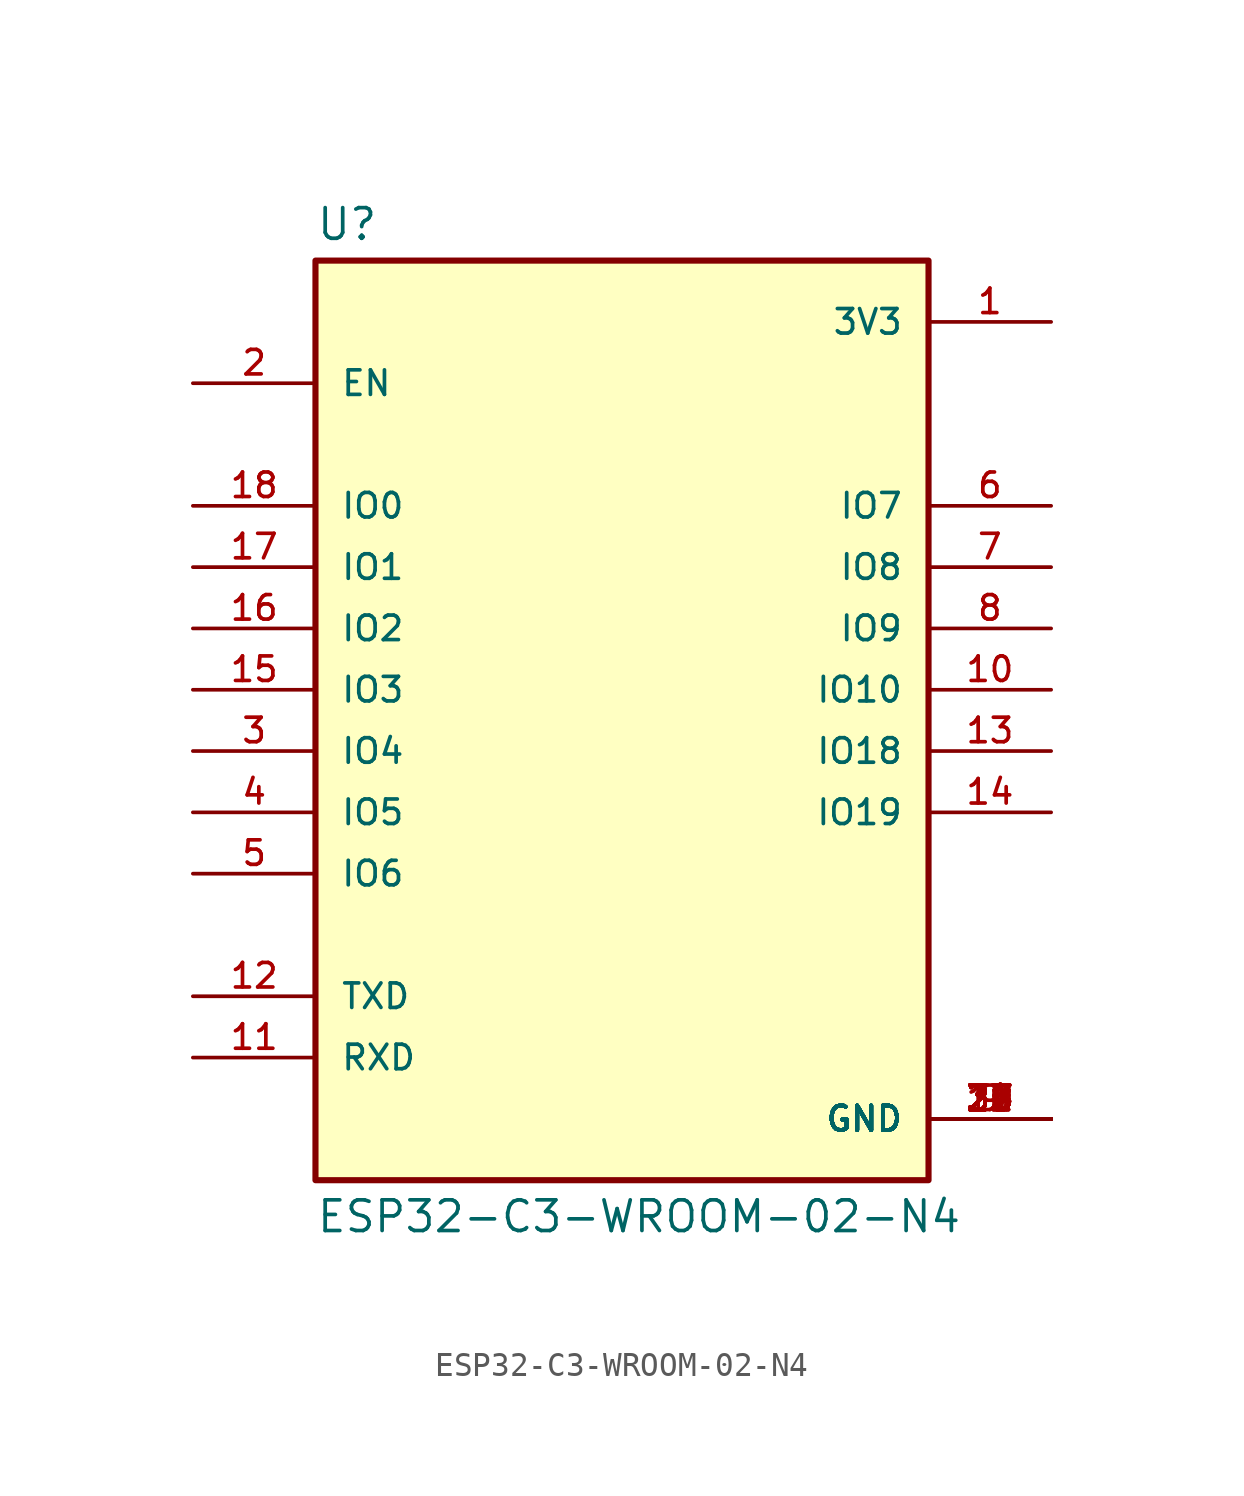
<source format=kicad_sym>
(kicad_symbol_lib
  (version 20211014)
  (generator kicad_symbol_editor)
  (symbol "ESP32-C3-WROOM-02-N4"
    (pin_names
      (offset 1.016))
    (property "Reference" "U"
      (at -12.7 21.082 0)
      (effects (font (size 1.27 1.27)) (justify bottom left)))
    (property "Value" "ESP32-C3-WROOM-02-N4"
      (at -12.7 -18.542 0)
      (effects (font (size 1.27 1.27)) (justify top left)))
    (symbol "ESP32-C3-WROOM-02-N4_0_0"
      (rectangle (start -12.7 -17.78) (end 12.7 20.32) (stroke (width 0.254)) (fill (type background)))
      (pin power_in line (at 17.78 17.78 180.0) (length 5.08) (name "3V3" (effects (font (size 1.016 1.016)))) (number "1" (effects (font (size 1.016 1.016)))))
      (pin input line (at -17.78 15.24 0) (length 5.08) (name "EN" (effects (font (size 1.016 1.016)))) (number "2" (effects (font (size 1.016 1.016)))))
      (pin power_in line (at 17.78 -15.24 180.0) (length 5.08) (name "GND" (effects (font (size 1.016 1.016)))) (number "9" (effects (font (size 1.016 1.016)))))
      (pin power_in line (at 17.78 -15.24 180.0) (length 5.08) (name "GND" (effects (font (size 1.016 1.016)))) (number "19" (effects (font (size 1.016 1.016)))))
      (pin power_in line (at 17.78 -15.24 180.0) (length 5.08) (name "GND" (effects (font (size 1.016 1.016)))) (number "20" (effects (font (size 1.016 1.016)))))
      (pin power_in line (at 17.78 -15.24 180.0) (length 5.08) (name "GND" (effects (font (size 1.016 1.016)))) (number "21" (effects (font (size 1.016 1.016)))))
      (pin power_in line (at 17.78 -15.24 180.0) (length 5.08) (name "GND" (effects (font (size 1.016 1.016)))) (number "22" (effects (font (size 1.016 1.016)))))
      (pin power_in line (at 17.78 -15.24 180.0) (length 5.08) (name "GND" (effects (font (size 1.016 1.016)))) (number "23" (effects (font (size 1.016 1.016)))))
      (pin power_in line (at 17.78 -15.24 180.0) (length 5.08) (name "GND" (effects (font (size 1.016 1.016)))) (number "24" (effects (font (size 1.016 1.016)))))
      (pin power_in line (at 17.78 -15.24 180.0) (length 5.08) (name "GND" (effects (font (size 1.016 1.016)))) (number "25" (effects (font (size 1.016 1.016)))))
      (pin power_in line (at 17.78 -15.24 180.0) (length 5.08) (name "GND" (effects (font (size 1.016 1.016)))) (number "26" (effects (font (size 1.016 1.016)))))
      (pin power_in line (at 17.78 -15.24 180.0) (length 5.08) (name "GND" (effects (font (size 1.016 1.016)))) (number "27" (effects (font (size 1.016 1.016)))))
      (pin power_in line (at 17.78 -15.24 180.0) (length 5.08) (name "GND" (effects (font (size 1.016 1.016)))) (number "28" (effects (font (size 1.016 1.016)))))
      (pin power_in line (at 17.78 -15.24 180.0) (length 5.08) (name "GND" (effects (font (size 1.016 1.016)))) (number "29" (effects (font (size 1.016 1.016)))))
      (pin power_in line (at 17.78 -15.24 180.0) (length 5.08) (name "GND" (effects (font (size 1.016 1.016)))) (number "30" (effects (font (size 1.016 1.016)))))
      (pin power_in line (at 17.78 -15.24 180.0) (length 5.08) (name "GND" (effects (font (size 1.016 1.016)))) (number "31" (effects (font (size 1.016 1.016)))))
      (pin power_in line (at 17.78 -15.24 180.0) (length 5.08) (name "GND" (effects (font (size 1.016 1.016)))) (number "32" (effects (font (size 1.016 1.016)))))
      (pin power_in line (at 17.78 -15.24 180.0) (length 5.08) (name "GND" (effects (font (size 1.016 1.016)))) (number "33" (effects (font (size 1.016 1.016)))))
      (pin power_in line (at 17.78 -15.24 180.0) (length 5.08) (name "GND" (effects (font (size 1.016 1.016)))) (number "34" (effects (font (size 1.016 1.016)))))
      (pin power_in line (at 17.78 -15.24 180.0) (length 5.08) (name "GND" (effects (font (size 1.016 1.016)))) (number "35" (effects (font (size 1.016 1.016)))))
      (pin power_in line (at 17.78 -15.24 180.0) (length 5.08) (name "GND" (effects (font (size 1.016 1.016)))) (number "36" (effects (font (size 1.016 1.016)))))
      (pin power_in line (at 17.78 -15.24 180.0) (length 5.08) (name "GND" (effects (font (size 1.016 1.016)))) (number "37" (effects (font (size 1.016 1.016)))))
      (pin power_in line (at 17.78 -15.24 180.0) (length 5.08) (name "GND" (effects (font (size 1.016 1.016)))) (number "38" (effects (font (size 1.016 1.016)))))
      (pin power_in line (at 17.78 -15.24 180.0) (length 5.08) (name "GND" (effects (font (size 1.016 1.016)))) (number "39" (effects (font (size 1.016 1.016)))))
      (pin bidirectional line (at -17.78 10.16 0) (length 5.08) (name "IO0" (effects (font (size 1.016 1.016)))) (number "18" (effects (font (size 1.016 1.016)))))
      (pin bidirectional line (at -17.78 7.62 0) (length 5.08) (name "IO1" (effects (font (size 1.016 1.016)))) (number "17" (effects (font (size 1.016 1.016)))))
      (pin bidirectional line (at -17.78 5.08 0) (length 5.08) (name "IO2" (effects (font (size 1.016 1.016)))) (number "16" (effects (font (size 1.016 1.016)))))
      (pin bidirectional line (at -17.78 2.54 0) (length 5.08) (name "IO3" (effects (font (size 1.016 1.016)))) (number "15" (effects (font (size 1.016 1.016)))))
      (pin bidirectional line (at -17.78 0.0 0) (length 5.08) (name "IO4" (effects (font (size 1.016 1.016)))) (number "3" (effects (font (size 1.016 1.016)))))
      (pin bidirectional line (at -17.78 -2.54 0) (length 5.08) (name "IO5" (effects (font (size 1.016 1.016)))) (number "4" (effects (font (size 1.016 1.016)))))
      (pin bidirectional line (at -17.78 -5.08 0) (length 5.08) (name "IO6" (effects (font (size 1.016 1.016)))) (number "5" (effects (font (size 1.016 1.016)))))
      (pin bidirectional line (at 17.78 10.16 180.0) (length 5.08) (name "IO7" (effects (font (size 1.016 1.016)))) (number "6" (effects (font (size 1.016 1.016)))))
      (pin bidirectional line (at 17.78 7.62 180.0) (length 5.08) (name "IO8" (effects (font (size 1.016 1.016)))) (number "7" (effects (font (size 1.016 1.016)))))
      (pin bidirectional line (at 17.78 5.08 180.0) (length 5.08) (name "IO9" (effects (font (size 1.016 1.016)))) (number "8" (effects (font (size 1.016 1.016)))))
      (pin bidirectional line (at 17.78 2.54 180.0) (length 5.08) (name "IO10" (effects (font (size 1.016 1.016)))) (number "10" (effects (font (size 1.016 1.016)))))
      (pin bidirectional line (at 17.78 0.0 180.0) (length 5.08) (name "IO18" (effects (font (size 1.016 1.016)))) (number "13" (effects (font (size 1.016 1.016)))))
      (pin bidirectional line (at 17.78 -2.54 180.0) (length 5.08) (name "IO19" (effects (font (size 1.016 1.016)))) (number "14" (effects (font (size 1.016 1.016)))))
      (pin bidirectional line (at -17.78 -10.16 0) (length 5.08) (name "TXD" (effects (font (size 1.016 1.016)))) (number "12" (effects (font (size 1.016 1.016)))))
      (pin bidirectional line (at -17.78 -12.7 0) (length 5.08) (name "RXD" (effects (font (size 1.016 1.016)))) (number "11" (effects (font (size 1.016 1.016))))))))
</source>
